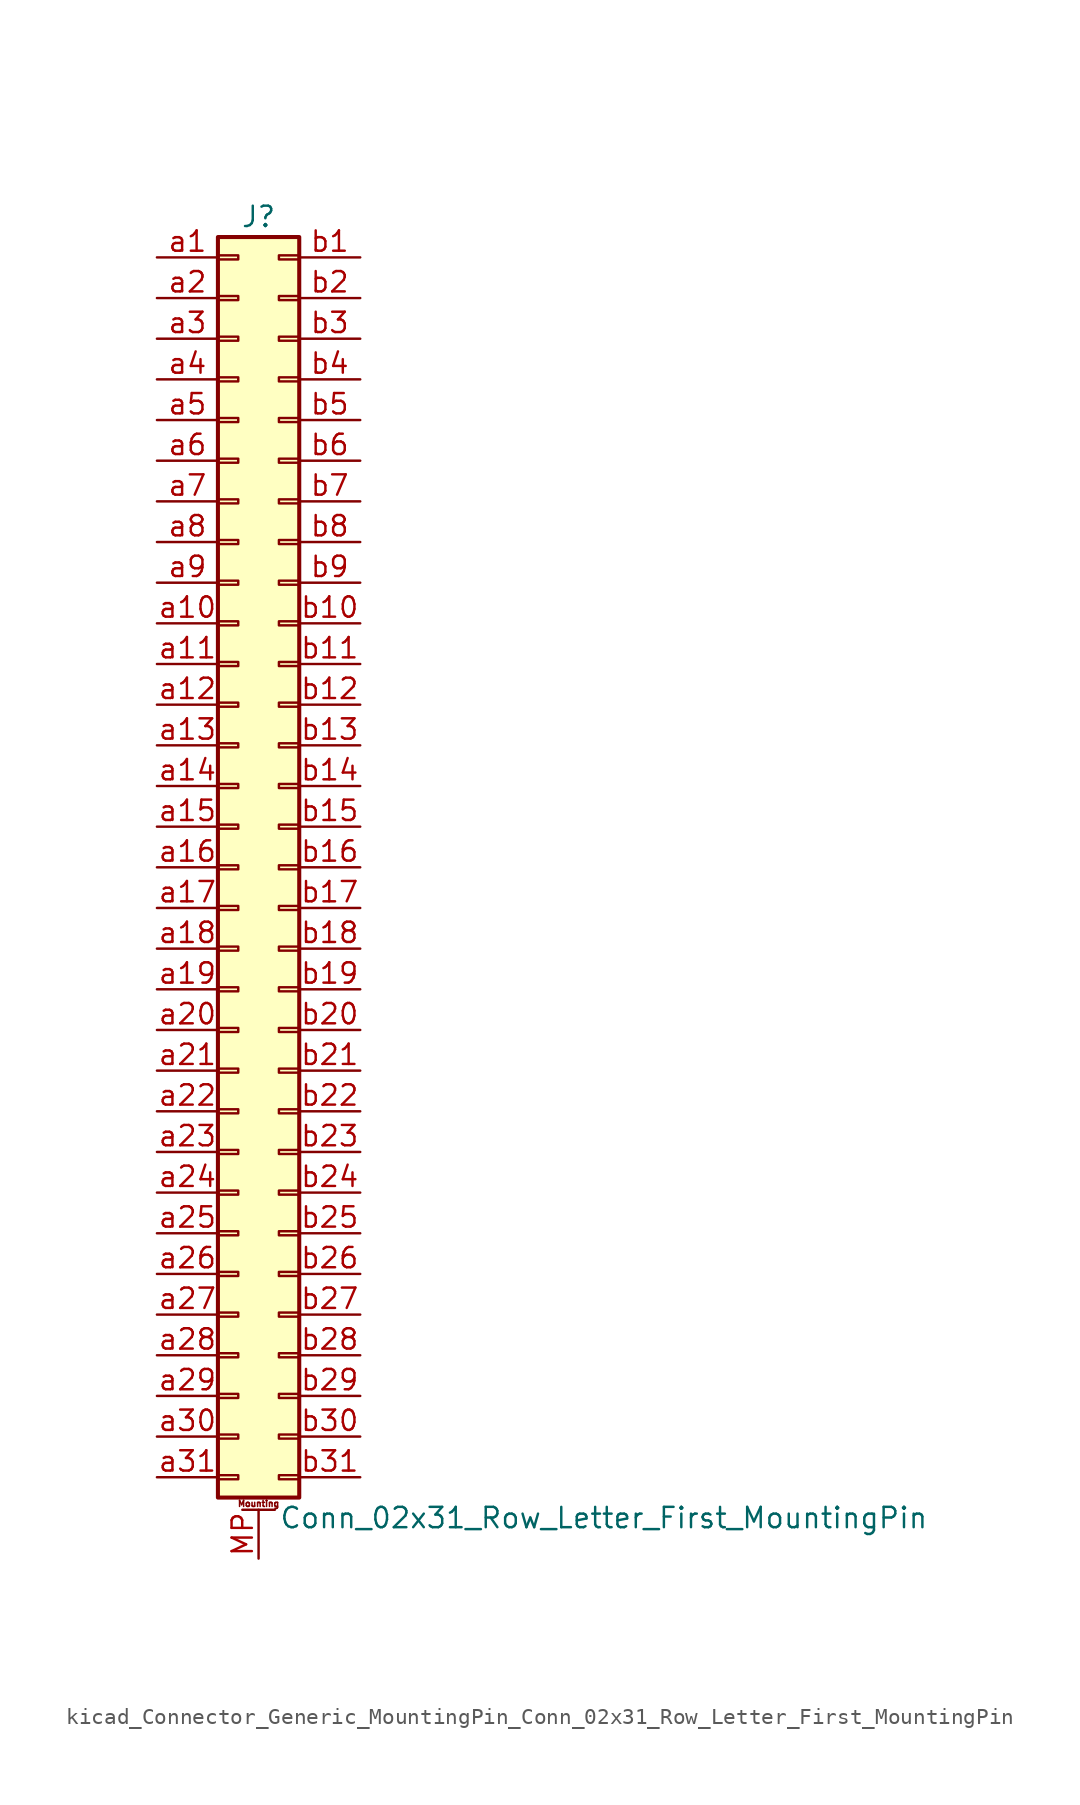
<source format=kicad_sym>
(kicad_symbol_lib
  (version 20220914)
  (generator kicad_symbol_editor)
  (symbol "kicad_Connector_Generic_MountingPin_Conn_02x31_Row_Letter_First_MountingPin"
    (pin_names
      (offset 1.016) hide)
    (property "Reference" "J"
      (at 1.27 40.64 0)
      (effects (font (size 1.27 1.27))))
    (property "Value" "Conn_02x31_Row_Letter_First_MountingPin"
      (at 2.54 -40.64 0)
      (effects (font (size 1.27 1.27)) (justify left)))
    (symbol "kicad_Connector_Generic_MountingPin_Conn_02x31_Row_Letter_First_MountingPin_1_1"
      (rectangle (start -1.27 -37.973) (end 0 -38.227) (stroke (width 0.152) (type default)) (fill (type none)))
      (rectangle (start -1.27 -35.433) (end 0 -35.687) (stroke (width 0.152) (type default)) (fill (type none)))
      (rectangle (start -1.27 -32.893) (end 0 -33.147) (stroke (width 0.152) (type default)) (fill (type none)))
      (rectangle (start -1.27 -30.353) (end 0 -30.607) (stroke (width 0.152) (type default)) (fill (type none)))
      (rectangle (start -1.27 -27.813) (end 0 -28.067) (stroke (width 0.152) (type default)) (fill (type none)))
      (rectangle (start -1.27 -25.273) (end 0 -25.527) (stroke (width 0.152) (type default)) (fill (type none)))
      (rectangle (start -1.27 -22.733) (end 0 -22.987) (stroke (width 0.152) (type default)) (fill (type none)))
      (rectangle (start -1.27 -20.193) (end 0 -20.447) (stroke (width 0.152) (type default)) (fill (type none)))
      (rectangle (start -1.27 -17.653) (end 0 -17.907) (stroke (width 0.152) (type default)) (fill (type none)))
      (rectangle (start -1.27 -15.113) (end 0 -15.367) (stroke (width 0.152) (type default)) (fill (type none)))
      (rectangle (start -1.27 -12.573) (end 0 -12.827) (stroke (width 0.152) (type default)) (fill (type none)))
      (rectangle (start -1.27 -10.033) (end 0 -10.287) (stroke (width 0.152) (type default)) (fill (type none)))
      (rectangle (start -1.27 -7.493) (end 0 -7.747) (stroke (width 0.152) (type default)) (fill (type none)))
      (rectangle (start -1.27 -4.953) (end 0 -5.207) (stroke (width 0.152) (type default)) (fill (type none)))
      (rectangle (start -1.27 -2.413) (end 0 -2.667) (stroke (width 0.152) (type default)) (fill (type none)))
      (rectangle (start -1.27 0.127) (end 0 -0.127) (stroke (width 0.152) (type default)) (fill (type none)))
      (rectangle (start -1.27 2.667) (end 0 2.413) (stroke (width 0.152) (type default)) (fill (type none)))
      (rectangle (start -1.27 5.207) (end 0 4.953) (stroke (width 0.152) (type default)) (fill (type none)))
      (rectangle (start -1.27 7.747) (end 0 7.493) (stroke (width 0.152) (type default)) (fill (type none)))
      (rectangle (start -1.27 10.287) (end 0 10.033) (stroke (width 0.152) (type default)) (fill (type none)))
      (rectangle (start -1.27 12.827) (end 0 12.573) (stroke (width 0.152) (type default)) (fill (type none)))
      (rectangle (start -1.27 15.367) (end 0 15.113) (stroke (width 0.152) (type default)) (fill (type none)))
      (rectangle (start -1.27 17.907) (end 0 17.653) (stroke (width 0.152) (type default)) (fill (type none)))
      (rectangle (start -1.27 20.447) (end 0 20.193) (stroke (width 0.152) (type default)) (fill (type none)))
      (rectangle (start -1.27 22.987) (end 0 22.733) (stroke (width 0.152) (type default)) (fill (type none)))
      (rectangle (start -1.27 25.527) (end 0 25.273) (stroke (width 0.152) (type default)) (fill (type none)))
      (rectangle (start -1.27 28.067) (end 0 27.813) (stroke (width 0.152) (type default)) (fill (type none)))
      (rectangle (start -1.27 30.607) (end 0 30.353) (stroke (width 0.152) (type default)) (fill (type none)))
      (rectangle (start -1.27 33.147) (end 0 32.893) (stroke (width 0.152) (type default)) (fill (type none)))
      (rectangle (start -1.27 35.687) (end 0 35.433) (stroke (width 0.152) (type default)) (fill (type none)))
      (rectangle (start -1.27 38.227) (end 0 37.973) (stroke (width 0.152) (type default)) (fill (type none)))
      (rectangle (start -1.27 39.37) (end 3.81 -39.37) (stroke (width 0.254) (type default)) (fill (type background)))
      (polyline (pts (xy 0.254 -40.132) (xy 2.286 -40.132)) (stroke (width 0.152) (type default)) (fill (type none)))
      (rectangle (start 3.81 -37.973) (end 2.54 -38.227) (stroke (width 0.152) (type default)) (fill (type none)))
      (rectangle (start 3.81 -35.433) (end 2.54 -35.687) (stroke (width 0.152) (type default)) (fill (type none)))
      (rectangle (start 3.81 -32.893) (end 2.54 -33.147) (stroke (width 0.152) (type default)) (fill (type none)))
      (rectangle (start 3.81 -30.353) (end 2.54 -30.607) (stroke (width 0.152) (type default)) (fill (type none)))
      (rectangle (start 3.81 -27.813) (end 2.54 -28.067) (stroke (width 0.152) (type default)) (fill (type none)))
      (rectangle (start 3.81 -25.273) (end 2.54 -25.527) (stroke (width 0.152) (type default)) (fill (type none)))
      (rectangle (start 3.81 -22.733) (end 2.54 -22.987) (stroke (width 0.152) (type default)) (fill (type none)))
      (rectangle (start 3.81 -20.193) (end 2.54 -20.447) (stroke (width 0.152) (type default)) (fill (type none)))
      (rectangle (start 3.81 -17.653) (end 2.54 -17.907) (stroke (width 0.152) (type default)) (fill (type none)))
      (rectangle (start 3.81 -15.113) (end 2.54 -15.367) (stroke (width 0.152) (type default)) (fill (type none)))
      (rectangle (start 3.81 -12.573) (end 2.54 -12.827) (stroke (width 0.152) (type default)) (fill (type none)))
      (rectangle (start 3.81 -10.033) (end 2.54 -10.287) (stroke (width 0.152) (type default)) (fill (type none)))
      (rectangle (start 3.81 -7.493) (end 2.54 -7.747) (stroke (width 0.152) (type default)) (fill (type none)))
      (rectangle (start 3.81 -4.953) (end 2.54 -5.207) (stroke (width 0.152) (type default)) (fill (type none)))
      (rectangle (start 3.81 -2.413) (end 2.54 -2.667) (stroke (width 0.152) (type default)) (fill (type none)))
      (rectangle (start 3.81 0.127) (end 2.54 -0.127) (stroke (width 0.152) (type default)) (fill (type none)))
      (rectangle (start 3.81 2.667) (end 2.54 2.413) (stroke (width 0.152) (type default)) (fill (type none)))
      (rectangle (start 3.81 5.207) (end 2.54 4.953) (stroke (width 0.152) (type default)) (fill (type none)))
      (rectangle (start 3.81 7.747) (end 2.54 7.493) (stroke (width 0.152) (type default)) (fill (type none)))
      (rectangle (start 3.81 10.287) (end 2.54 10.033) (stroke (width 0.152) (type default)) (fill (type none)))
      (rectangle (start 3.81 12.827) (end 2.54 12.573) (stroke (width 0.152) (type default)) (fill (type none)))
      (rectangle (start 3.81 15.367) (end 2.54 15.113) (stroke (width 0.152) (type default)) (fill (type none)))
      (rectangle (start 3.81 17.907) (end 2.54 17.653) (stroke (width 0.152) (type default)) (fill (type none)))
      (rectangle (start 3.81 20.447) (end 2.54 20.193) (stroke (width 0.152) (type default)) (fill (type none)))
      (rectangle (start 3.81 22.987) (end 2.54 22.733) (stroke (width 0.152) (type default)) (fill (type none)))
      (rectangle (start 3.81 25.527) (end 2.54 25.273) (stroke (width 0.152) (type default)) (fill (type none)))
      (rectangle (start 3.81 28.067) (end 2.54 27.813) (stroke (width 0.152) (type default)) (fill (type none)))
      (rectangle (start 3.81 30.607) (end 2.54 30.353) (stroke (width 0.152) (type default)) (fill (type none)))
      (rectangle (start 3.81 33.147) (end 2.54 32.893) (stroke (width 0.152) (type default)) (fill (type none)))
      (rectangle (start 3.81 35.687) (end 2.54 35.433) (stroke (width 0.152) (type default)) (fill (type none)))
      (rectangle (start 3.81 38.227) (end 2.54 37.973) (stroke (width 0.152) (type default)) (fill (type none)))
      (text "Mounting" (at 1.27 -39.751 0) (effects (font (size 0.381 0.381))))
      (pin passive line (at 1.27 -43.18 90) (length 3.048) (name "MountPin" (effects (font (size 1.27 1.27)))) (number "MP" (effects (font (size 1.27 1.27)))))
      (pin passive line (at -5.08 38.1 0) (length 3.81) (name "Pin_a1" (effects (font (size 1.27 1.27)))) (number "a1" (effects (font (size 1.27 1.27)))))
      (pin passive line (at -5.08 15.24 0) (length 3.81) (name "Pin_a10" (effects (font (size 1.27 1.27)))) (number "a10" (effects (font (size 1.27 1.27)))))
      (pin passive line (at -5.08 12.7 0) (length 3.81) (name "Pin_a11" (effects (font (size 1.27 1.27)))) (number "a11" (effects (font (size 1.27 1.27)))))
      (pin passive line (at -5.08 10.16 0) (length 3.81) (name "Pin_a12" (effects (font (size 1.27 1.27)))) (number "a12" (effects (font (size 1.27 1.27)))))
      (pin passive line (at -5.08 7.62 0) (length 3.81) (name "Pin_a13" (effects (font (size 1.27 1.27)))) (number "a13" (effects (font (size 1.27 1.27)))))
      (pin passive line (at -5.08 5.08 0) (length 3.81) (name "Pin_a14" (effects (font (size 1.27 1.27)))) (number "a14" (effects (font (size 1.27 1.27)))))
      (pin passive line (at -5.08 2.54 0) (length 3.81) (name "Pin_a15" (effects (font (size 1.27 1.27)))) (number "a15" (effects (font (size 1.27 1.27)))))
      (pin passive line (at -5.08 0 0) (length 3.81) (name "Pin_a16" (effects (font (size 1.27 1.27)))) (number "a16" (effects (font (size 1.27 1.27)))))
      (pin passive line (at -5.08 -2.54 0) (length 3.81) (name "Pin_a17" (effects (font (size 1.27 1.27)))) (number "a17" (effects (font (size 1.27 1.27)))))
      (pin passive line (at -5.08 -5.08 0) (length 3.81) (name "Pin_a18" (effects (font (size 1.27 1.27)))) (number "a18" (effects (font (size 1.27 1.27)))))
      (pin passive line (at -5.08 -7.62 0) (length 3.81) (name "Pin_a19" (effects (font (size 1.27 1.27)))) (number "a19" (effects (font (size 1.27 1.27)))))
      (pin passive line (at -5.08 35.56 0) (length 3.81) (name "Pin_a2" (effects (font (size 1.27 1.27)))) (number "a2" (effects (font (size 1.27 1.27)))))
      (pin passive line (at -5.08 -10.16 0) (length 3.81) (name "Pin_a20" (effects (font (size 1.27 1.27)))) (number "a20" (effects (font (size 1.27 1.27)))))
      (pin passive line (at -5.08 -12.7 0) (length 3.81) (name "Pin_a21" (effects (font (size 1.27 1.27)))) (number "a21" (effects (font (size 1.27 1.27)))))
      (pin passive line (at -5.08 -15.24 0) (length 3.81) (name "Pin_a22" (effects (font (size 1.27 1.27)))) (number "a22" (effects (font (size 1.27 1.27)))))
      (pin passive line (at -5.08 -17.78 0) (length 3.81) (name "Pin_a23" (effects (font (size 1.27 1.27)))) (number "a23" (effects (font (size 1.27 1.27)))))
      (pin passive line (at -5.08 -20.32 0) (length 3.81) (name "Pin_a24" (effects (font (size 1.27 1.27)))) (number "a24" (effects (font (size 1.27 1.27)))))
      (pin passive line (at -5.08 -22.86 0) (length 3.81) (name "Pin_a25" (effects (font (size 1.27 1.27)))) (number "a25" (effects (font (size 1.27 1.27)))))
      (pin passive line (at -5.08 -25.4 0) (length 3.81) (name "Pin_a26" (effects (font (size 1.27 1.27)))) (number "a26" (effects (font (size 1.27 1.27)))))
      (pin passive line (at -5.08 -27.94 0) (length 3.81) (name "Pin_a27" (effects (font (size 1.27 1.27)))) (number "a27" (effects (font (size 1.27 1.27)))))
      (pin passive line (at -5.08 -30.48 0) (length 3.81) (name "Pin_a28" (effects (font (size 1.27 1.27)))) (number "a28" (effects (font (size 1.27 1.27)))))
      (pin passive line (at -5.08 -33.02 0) (length 3.81) (name "Pin_a29" (effects (font (size 1.27 1.27)))) (number "a29" (effects (font (size 1.27 1.27)))))
      (pin passive line (at -5.08 33.02 0) (length 3.81) (name "Pin_a3" (effects (font (size 1.27 1.27)))) (number "a3" (effects (font (size 1.27 1.27)))))
      (pin passive line (at -5.08 -35.56 0) (length 3.81) (name "Pin_a30" (effects (font (size 1.27 1.27)))) (number "a30" (effects (font (size 1.27 1.27)))))
      (pin passive line (at -5.08 -38.1 0) (length 3.81) (name "Pin_a31" (effects (font (size 1.27 1.27)))) (number "a31" (effects (font (size 1.27 1.27)))))
      (pin passive line (at -5.08 30.48 0) (length 3.81) (name "Pin_a4" (effects (font (size 1.27 1.27)))) (number "a4" (effects (font (size 1.27 1.27)))))
      (pin passive line (at -5.08 27.94 0) (length 3.81) (name "Pin_a5" (effects (font (size 1.27 1.27)))) (number "a5" (effects (font (size 1.27 1.27)))))
      (pin passive line (at -5.08 25.4 0) (length 3.81) (name "Pin_a6" (effects (font (size 1.27 1.27)))) (number "a6" (effects (font (size 1.27 1.27)))))
      (pin passive line (at -5.08 22.86 0) (length 3.81) (name "Pin_a7" (effects (font (size 1.27 1.27)))) (number "a7" (effects (font (size 1.27 1.27)))))
      (pin passive line (at -5.08 20.32 0) (length 3.81) (name "Pin_a8" (effects (font (size 1.27 1.27)))) (number "a8" (effects (font (size 1.27 1.27)))))
      (pin passive line (at -5.08 17.78 0) (length 3.81) (name "Pin_a9" (effects (font (size 1.27 1.27)))) (number "a9" (effects (font (size 1.27 1.27)))))
      (pin passive line (at 7.62 38.1 180) (length 3.81) (name "Pin_b1" (effects (font (size 1.27 1.27)))) (number "b1" (effects (font (size 1.27 1.27)))))
      (pin passive line (at 7.62 15.24 180) (length 3.81) (name "Pin_b10" (effects (font (size 1.27 1.27)))) (number "b10" (effects (font (size 1.27 1.27)))))
      (pin passive line (at 7.62 12.7 180) (length 3.81) (name "Pin_b11" (effects (font (size 1.27 1.27)))) (number "b11" (effects (font (size 1.27 1.27)))))
      (pin passive line (at 7.62 10.16 180) (length 3.81) (name "Pin_b12" (effects (font (size 1.27 1.27)))) (number "b12" (effects (font (size 1.27 1.27)))))
      (pin passive line (at 7.62 7.62 180) (length 3.81) (name "Pin_b13" (effects (font (size 1.27 1.27)))) (number "b13" (effects (font (size 1.27 1.27)))))
      (pin passive line (at 7.62 5.08 180) (length 3.81) (name "Pin_b14" (effects (font (size 1.27 1.27)))) (number "b14" (effects (font (size 1.27 1.27)))))
      (pin passive line (at 7.62 2.54 180) (length 3.81) (name "Pin_b15" (effects (font (size 1.27 1.27)))) (number "b15" (effects (font (size 1.27 1.27)))))
      (pin passive line (at 7.62 0 180) (length 3.81) (name "Pin_b16" (effects (font (size 1.27 1.27)))) (number "b16" (effects (font (size 1.27 1.27)))))
      (pin passive line (at 7.62 -2.54 180) (length 3.81) (name "Pin_b17" (effects (font (size 1.27 1.27)))) (number "b17" (effects (font (size 1.27 1.27)))))
      (pin passive line (at 7.62 -5.08 180) (length 3.81) (name "Pin_b18" (effects (font (size 1.27 1.27)))) (number "b18" (effects (font (size 1.27 1.27)))))
      (pin passive line (at 7.62 -7.62 180) (length 3.81) (name "Pin_b19" (effects (font (size 1.27 1.27)))) (number "b19" (effects (font (size 1.27 1.27)))))
      (pin passive line (at 7.62 35.56 180) (length 3.81) (name "Pin_b2" (effects (font (size 1.27 1.27)))) (number "b2" (effects (font (size 1.27 1.27)))))
      (pin passive line (at 7.62 -10.16 180) (length 3.81) (name "Pin_b20" (effects (font (size 1.27 1.27)))) (number "b20" (effects (font (size 1.27 1.27)))))
      (pin passive line (at 7.62 -12.7 180) (length 3.81) (name "Pin_b21" (effects (font (size 1.27 1.27)))) (number "b21" (effects (font (size 1.27 1.27)))))
      (pin passive line (at 7.62 -15.24 180) (length 3.81) (name "Pin_b22" (effects (font (size 1.27 1.27)))) (number "b22" (effects (font (size 1.27 1.27)))))
      (pin passive line (at 7.62 -17.78 180) (length 3.81) (name "Pin_b23" (effects (font (size 1.27 1.27)))) (number "b23" (effects (font (size 1.27 1.27)))))
      (pin passive line (at 7.62 -20.32 180) (length 3.81) (name "Pin_b24" (effects (font (size 1.27 1.27)))) (number "b24" (effects (font (size 1.27 1.27)))))
      (pin passive line (at 7.62 -22.86 180) (length 3.81) (name "Pin_b25" (effects (font (size 1.27 1.27)))) (number "b25" (effects (font (size 1.27 1.27)))))
      (pin passive line (at 7.62 -25.4 180) (length 3.81) (name "Pin_b26" (effects (font (size 1.27 1.27)))) (number "b26" (effects (font (size 1.27 1.27)))))
      (pin passive line (at 7.62 -27.94 180) (length 3.81) (name "Pin_b27" (effects (font (size 1.27 1.27)))) (number "b27" (effects (font (size 1.27 1.27)))))
      (pin passive line (at 7.62 -30.48 180) (length 3.81) (name "Pin_b28" (effects (font (size 1.27 1.27)))) (number "b28" (effects (font (size 1.27 1.27)))))
      (pin passive line (at 7.62 -33.02 180) (length 3.81) (name "Pin_b29" (effects (font (size 1.27 1.27)))) (number "b29" (effects (font (size 1.27 1.27)))))
      (pin passive line (at 7.62 33.02 180) (length 3.81) (name "Pin_b3" (effects (font (size 1.27 1.27)))) (number "b3" (effects (font (size 1.27 1.27)))))
      (pin passive line (at 7.62 -35.56 180) (length 3.81) (name "Pin_b30" (effects (font (size 1.27 1.27)))) (number "b30" (effects (font (size 1.27 1.27)))))
      (pin passive line (at 7.62 -38.1 180) (length 3.81) (name "Pin_b31" (effects (font (size 1.27 1.27)))) (number "b31" (effects (font (size 1.27 1.27)))))
      (pin passive line (at 7.62 30.48 180) (length 3.81) (name "Pin_b4" (effects (font (size 1.27 1.27)))) (number "b4" (effects (font (size 1.27 1.27)))))
      (pin passive line (at 7.62 27.94 180) (length 3.81) (name "Pin_b5" (effects (font (size 1.27 1.27)))) (number "b5" (effects (font (size 1.27 1.27)))))
      (pin passive line (at 7.62 25.4 180) (length 3.81) (name "Pin_b6" (effects (font (size 1.27 1.27)))) (number "b6" (effects (font (size 1.27 1.27)))))
      (pin passive line (at 7.62 22.86 180) (length 3.81) (name "Pin_b7" (effects (font (size 1.27 1.27)))) (number "b7" (effects (font (size 1.27 1.27)))))
      (pin passive line (at 7.62 20.32 180) (length 3.81) (name "Pin_b8" (effects (font (size 1.27 1.27)))) (number "b8" (effects (font (size 1.27 1.27)))))
      (pin passive line (at 7.62 17.78 180) (length 3.81) (name "Pin_b9" (effects (font (size 1.27 1.27)))) (number "b9" (effects (font (size 1.27 1.27))))))))
</source>
